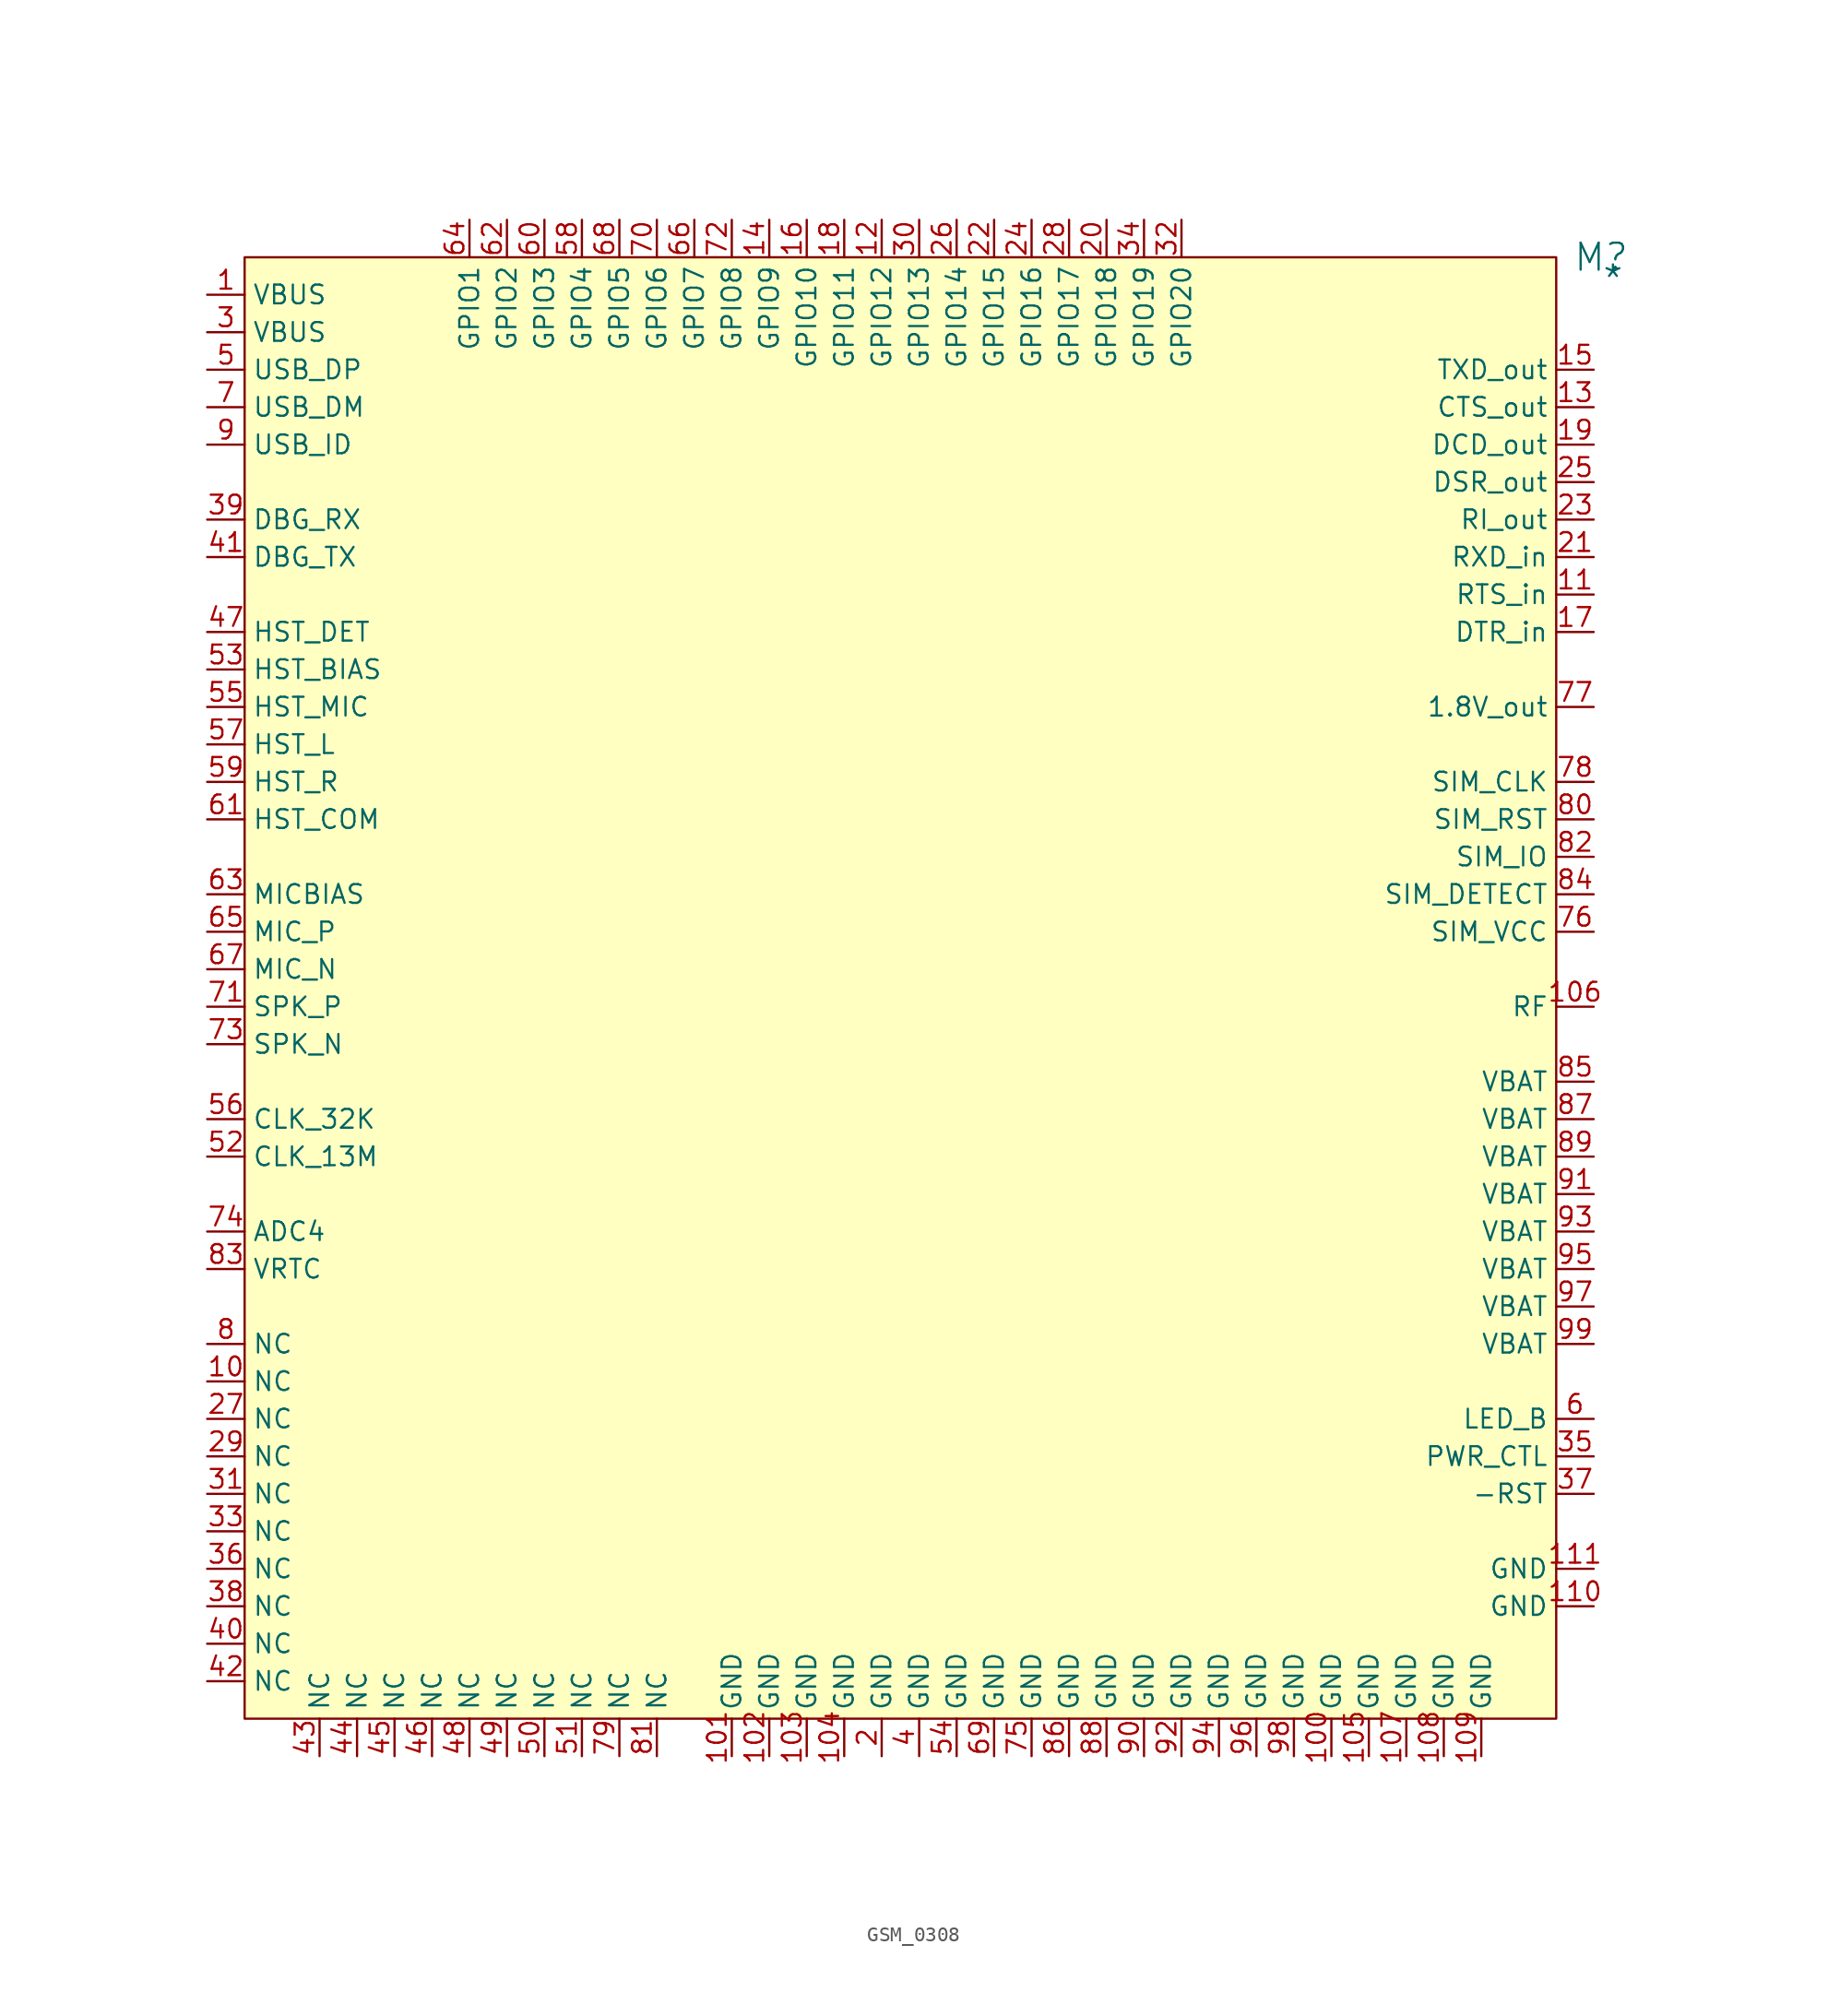
<source format=kicad_sym>
(kicad_symbol_lib
  (version 20241209)
  (generator "kicad_symbol_editor")
  (generator_version "9.0")
  (symbol "GSM_0308"
    (property "Reference" "M"
      (at 91.948 0 0)
      (effects (font (size 1.829 1.829))))
    (property "Value" "*"
      (at 91.948 -2.54 0)
      (effects (font (size 1.829 1.829)) (justify left bottom)))
    (symbol "GSM_0308_1_0"
      (rectangle (start 88.9 0) (end 0 -99.06) (stroke (width 0) (type solid) (color 128 0 0 1)) (fill (type background)))
      (pin passive line (at -2.54 -2.54 0) (length 2.54) (name "VBUS" (effects (font (size 1.27 1.27)))) (number "1" (effects (font (size 1.27 1.27)))))
      (pin passive line (at -2.54 -5.08 0) (length 2.54) (name "VBUS" (effects (font (size 1.27 1.27)))) (number "3" (effects (font (size 1.27 1.27)))))
      (pin passive line (at -2.54 -7.62 0) (length 2.54) (name "USB_DP" (effects (font (size 1.27 1.27)))) (number "5" (effects (font (size 1.27 1.27)))))
      (pin passive line (at -2.54 -10.16 0) (length 2.54) (name "USB_DM" (effects (font (size 1.27 1.27)))) (number "7" (effects (font (size 1.27 1.27)))))
      (pin passive line (at -2.54 -12.7 0) (length 2.54) (name "USB_ID" (effects (font (size 1.27 1.27)))) (number "9" (effects (font (size 1.27 1.27)))))
      (pin passive line (at -2.54 -17.78 0) (length 2.54) (name "DBG_RX" (effects (font (size 1.27 1.27)))) (number "39" (effects (font (size 1.27 1.27)))))
      (pin passive line (at -2.54 -20.32 0) (length 2.54) (name "DBG_TX" (effects (font (size 1.27 1.27)))) (number "41" (effects (font (size 1.27 1.27)))))
      (pin passive line (at -2.54 -25.4 0) (length 2.54) (name "HST_DET" (effects (font (size 1.27 1.27)))) (number "47" (effects (font (size 1.27 1.27)))))
      (pin passive line (at -2.54 -27.94 0) (length 2.54) (name "HST_BIAS" (effects (font (size 1.27 1.27)))) (number "53" (effects (font (size 1.27 1.27)))))
      (pin passive line (at -2.54 -30.48 0) (length 2.54) (name "HST_MIC" (effects (font (size 1.27 1.27)))) (number "55" (effects (font (size 1.27 1.27)))))
      (pin passive line (at -2.54 -33.02 0) (length 2.54) (name "HST_L" (effects (font (size 1.27 1.27)))) (number "57" (effects (font (size 1.27 1.27)))))
      (pin passive line (at -2.54 -35.56 0) (length 2.54) (name "HST_R" (effects (font (size 1.27 1.27)))) (number "59" (effects (font (size 1.27 1.27)))))
      (pin passive line (at -2.54 -38.1 0) (length 2.54) (name "HST_COM" (effects (font (size 1.27 1.27)))) (number "61" (effects (font (size 1.27 1.27)))))
      (pin passive line (at -2.54 -43.18 0) (length 2.54) (name "MICBIAS" (effects (font (size 1.27 1.27)))) (number "63" (effects (font (size 1.27 1.27)))))
      (pin passive line (at -2.54 -45.72 0) (length 2.54) (name "MIC_P" (effects (font (size 1.27 1.27)))) (number "65" (effects (font (size 1.27 1.27)))))
      (pin passive line (at -2.54 -48.26 0) (length 2.54) (name "MIC_N" (effects (font (size 1.27 1.27)))) (number "67" (effects (font (size 1.27 1.27)))))
      (pin passive line (at -2.54 -50.8 0) (length 2.54) (name "SPK_P" (effects (font (size 1.27 1.27)))) (number "71" (effects (font (size 1.27 1.27)))))
      (pin passive line (at -2.54 -53.34 0) (length 2.54) (name "SPK_N" (effects (font (size 1.27 1.27)))) (number "73" (effects (font (size 1.27 1.27)))))
      (pin passive line (at -2.54 -58.42 0) (length 2.54) (name "CLK_32K" (effects (font (size 1.27 1.27)))) (number "56" (effects (font (size 1.27 1.27)))))
      (pin passive line (at -2.54 -60.96 0) (length 2.54) (name "CLK_13M" (effects (font (size 1.27 1.27)))) (number "52" (effects (font (size 1.27 1.27)))))
      (pin passive line (at -2.54 -66.04 0) (length 2.54) (name "ADC4" (effects (font (size 1.27 1.27)))) (number "74" (effects (font (size 1.27 1.27)))))
      (pin passive line (at -2.54 -68.58 0) (length 2.54) (name "VRTC" (effects (font (size 1.27 1.27)))) (number "83" (effects (font (size 1.27 1.27)))))
      (pin passive line (at -2.54 -73.66 0) (length 2.54) (name "NC" (effects (font (size 1.27 1.27)))) (number "8" (effects (font (size 1.27 1.27)))))
      (pin passive line (at -2.54 -76.2 0) (length 2.54) (name "NC" (effects (font (size 1.27 1.27)))) (number "10" (effects (font (size 1.27 1.27)))))
      (pin passive line (at -2.54 -78.74 0) (length 2.54) (name "NC" (effects (font (size 1.27 1.27)))) (number "27" (effects (font (size 1.27 1.27)))))
      (pin passive line (at -2.54 -81.28 0) (length 2.54) (name "NC" (effects (font (size 1.27 1.27)))) (number "29" (effects (font (size 1.27 1.27)))))
      (pin passive line (at -2.54 -83.82 0) (length 2.54) (name "NC" (effects (font (size 1.27 1.27)))) (number "31" (effects (font (size 1.27 1.27)))))
      (pin passive line (at -2.54 -86.36 0) (length 2.54) (name "NC" (effects (font (size 1.27 1.27)))) (number "33" (effects (font (size 1.27 1.27)))))
      (pin passive line (at -2.54 -88.9 0) (length 2.54) (name "NC" (effects (font (size 1.27 1.27)))) (number "36" (effects (font (size 1.27 1.27)))))
      (pin passive line (at -2.54 -91.44 0) (length 2.54) (name "NC" (effects (font (size 1.27 1.27)))) (number "38" (effects (font (size 1.27 1.27)))))
      (pin passive line (at -2.54 -93.98 0) (length 2.54) (name "NC" (effects (font (size 1.27 1.27)))) (number "40" (effects (font (size 1.27 1.27)))))
      (pin passive line (at -2.54 -96.52 0) (length 2.54) (name "NC" (effects (font (size 1.27 1.27)))) (number "42" (effects (font (size 1.27 1.27)))))
      (pin passive line (at 5.08 -101.6 90) (length 2.54) (name "NC" (effects (font (size 1.27 1.27)))) (number "43" (effects (font (size 1.27 1.27)))))
      (pin passive line (at 7.62 -101.6 90) (length 2.54) (name "NC" (effects (font (size 1.27 1.27)))) (number "44" (effects (font (size 1.27 1.27)))))
      (pin passive line (at 10.16 -101.6 90) (length 2.54) (name "NC" (effects (font (size 1.27 1.27)))) (number "45" (effects (font (size 1.27 1.27)))))
      (pin passive line (at 12.7 -101.6 90) (length 2.54) (name "NC" (effects (font (size 1.27 1.27)))) (number "46" (effects (font (size 1.27 1.27)))))
      (pin passive line (at 15.24 2.54 270) (length 2.54) (name "GPIO1" (effects (font (size 1.27 1.27)))) (number "64" (effects (font (size 1.27 1.27)))))
      (pin passive line (at 15.24 -101.6 90) (length 2.54) (name "NC" (effects (font (size 1.27 1.27)))) (number "48" (effects (font (size 1.27 1.27)))))
      (pin passive line (at 17.78 2.54 270) (length 2.54) (name "GPIO2" (effects (font (size 1.27 1.27)))) (number "62" (effects (font (size 1.27 1.27)))))
      (pin passive line (at 17.78 -101.6 90) (length 2.54) (name "NC" (effects (font (size 1.27 1.27)))) (number "49" (effects (font (size 1.27 1.27)))))
      (pin passive line (at 20.32 2.54 270) (length 2.54) (name "GPIO3" (effects (font (size 1.27 1.27)))) (number "60" (effects (font (size 1.27 1.27)))))
      (pin passive line (at 20.32 -101.6 90) (length 2.54) (name "NC" (effects (font (size 1.27 1.27)))) (number "50" (effects (font (size 1.27 1.27)))))
      (pin passive line (at 22.86 2.54 270) (length 2.54) (name "GPIO4" (effects (font (size 1.27 1.27)))) (number "58" (effects (font (size 1.27 1.27)))))
      (pin passive line (at 22.86 -101.6 90) (length 2.54) (name "NC" (effects (font (size 1.27 1.27)))) (number "51" (effects (font (size 1.27 1.27)))))
      (pin passive line (at 25.4 2.54 270) (length 2.54) (name "GPIO5" (effects (font (size 1.27 1.27)))) (number "68" (effects (font (size 1.27 1.27)))))
      (pin passive line (at 25.4 -101.6 90) (length 2.54) (name "NC" (effects (font (size 1.27 1.27)))) (number "79" (effects (font (size 1.27 1.27)))))
      (pin passive line (at 27.94 2.54 270) (length 2.54) (name "GPIO6" (effects (font (size 1.27 1.27)))) (number "70" (effects (font (size 1.27 1.27)))))
      (pin passive line (at 27.94 -101.6 90) (length 2.54) (name "NC" (effects (font (size 1.27 1.27)))) (number "81" (effects (font (size 1.27 1.27)))))
      (pin passive line (at 30.48 2.54 270) (length 2.54) (name "GPIO7" (effects (font (size 1.27 1.27)))) (number "66" (effects (font (size 1.27 1.27)))))
      (pin passive line (at 33.02 2.54 270) (length 2.54) (name "GPIO8" (effects (font (size 1.27 1.27)))) (number "72" (effects (font (size 1.27 1.27)))))
      (pin passive line (at 33.02 -101.6 90) (length 2.54) (name "GND" (effects (font (size 1.27 1.27)))) (number "101" (effects (font (size 1.27 1.27)))))
      (pin passive line (at 35.56 2.54 270) (length 2.54) (name "GPIO9" (effects (font (size 1.27 1.27)))) (number "14" (effects (font (size 1.27 1.27)))))
      (pin passive line (at 35.56 -101.6 90) (length 2.54) (name "GND" (effects (font (size 1.27 1.27)))) (number "102" (effects (font (size 1.27 1.27)))))
      (pin passive line (at 38.1 2.54 270) (length 2.54) (name "GPIO10" (effects (font (size 1.27 1.27)))) (number "16" (effects (font (size 1.27 1.27)))))
      (pin passive line (at 38.1 -101.6 90) (length 2.54) (name "GND" (effects (font (size 1.27 1.27)))) (number "103" (effects (font (size 1.27 1.27)))))
      (pin passive line (at 40.64 2.54 270) (length 2.54) (name "GPIO11" (effects (font (size 1.27 1.27)))) (number "18" (effects (font (size 1.27 1.27)))))
      (pin passive line (at 40.64 -101.6 90) (length 2.54) (name "GND" (effects (font (size 1.27 1.27)))) (number "104" (effects (font (size 1.27 1.27)))))
      (pin passive line (at 43.18 2.54 270) (length 2.54) (name "GPIO12" (effects (font (size 1.27 1.27)))) (number "12" (effects (font (size 1.27 1.27)))))
      (pin passive line (at 43.18 -101.6 90) (length 2.54) (name "GND" (effects (font (size 1.27 1.27)))) (number "2" (effects (font (size 1.27 1.27)))))
      (pin passive line (at 45.72 2.54 270) (length 2.54) (name "GPIO13" (effects (font (size 1.27 1.27)))) (number "30" (effects (font (size 1.27 1.27)))))
      (pin passive line (at 45.72 -101.6 90) (length 2.54) (name "GND" (effects (font (size 1.27 1.27)))) (number "4" (effects (font (size 1.27 1.27)))))
      (pin passive line (at 48.26 2.54 270) (length 2.54) (name "GPIO14" (effects (font (size 1.27 1.27)))) (number "26" (effects (font (size 1.27 1.27)))))
      (pin passive line (at 48.26 -101.6 90) (length 2.54) (name "GND" (effects (font (size 1.27 1.27)))) (number "54" (effects (font (size 1.27 1.27)))))
      (pin passive line (at 50.8 2.54 270) (length 2.54) (name "GPIO15" (effects (font (size 1.27 1.27)))) (number "22" (effects (font (size 1.27 1.27)))))
      (pin passive line (at 50.8 -101.6 90) (length 2.54) (name "GND" (effects (font (size 1.27 1.27)))) (number "69" (effects (font (size 1.27 1.27)))))
      (pin passive line (at 53.34 2.54 270) (length 2.54) (name "GPIO16" (effects (font (size 1.27 1.27)))) (number "24" (effects (font (size 1.27 1.27)))))
      (pin passive line (at 53.34 -101.6 90) (length 2.54) (name "GND" (effects (font (size 1.27 1.27)))) (number "75" (effects (font (size 1.27 1.27)))))
      (pin passive line (at 55.88 2.54 270) (length 2.54) (name "GPIO17" (effects (font (size 1.27 1.27)))) (number "28" (effects (font (size 1.27 1.27)))))
      (pin passive line (at 55.88 -101.6 90) (length 2.54) (name "GND" (effects (font (size 1.27 1.27)))) (number "86" (effects (font (size 1.27 1.27)))))
      (pin passive line (at 58.42 2.54 270) (length 2.54) (name "GPIO18" (effects (font (size 1.27 1.27)))) (number "20" (effects (font (size 1.27 1.27)))))
      (pin passive line (at 58.42 -101.6 90) (length 2.54) (name "GND" (effects (font (size 1.27 1.27)))) (number "88" (effects (font (size 1.27 1.27)))))
      (pin passive line (at 60.96 2.54 270) (length 2.54) (name "GPIO19" (effects (font (size 1.27 1.27)))) (number "34" (effects (font (size 1.27 1.27)))))
      (pin passive line (at 60.96 -101.6 90) (length 2.54) (name "GND" (effects (font (size 1.27 1.27)))) (number "90" (effects (font (size 1.27 1.27)))))
      (pin passive line (at 63.5 2.54 270) (length 2.54) (name "GPIO20" (effects (font (size 1.27 1.27)))) (number "32" (effects (font (size 1.27 1.27)))))
      (pin passive line (at 63.5 -101.6 90) (length 2.54) (name "GND" (effects (font (size 1.27 1.27)))) (number "92" (effects (font (size 1.27 1.27)))))
      (pin passive line (at 66.04 -101.6 90) (length 2.54) (name "GND" (effects (font (size 1.27 1.27)))) (number "94" (effects (font (size 1.27 1.27)))))
      (pin passive line (at 68.58 -101.6 90) (length 2.54) (name "GND" (effects (font (size 1.27 1.27)))) (number "96" (effects (font (size 1.27 1.27)))))
      (pin passive line (at 71.12 -101.6 90) (length 2.54) (name "GND" (effects (font (size 1.27 1.27)))) (number "98" (effects (font (size 1.27 1.27)))))
      (pin passive line (at 73.66 -101.6 90) (length 2.54) (name "GND" (effects (font (size 1.27 1.27)))) (number "100" (effects (font (size 1.27 1.27)))))
      (pin passive line (at 76.2 -101.6 90) (length 2.54) (name "GND" (effects (font (size 1.27 1.27)))) (number "105" (effects (font (size 1.27 1.27)))))
      (pin passive line (at 78.74 -101.6 90) (length 2.54) (name "GND" (effects (font (size 1.27 1.27)))) (number "107" (effects (font (size 1.27 1.27)))))
      (pin passive line (at 81.28 -101.6 90) (length 2.54) (name "GND" (effects (font (size 1.27 1.27)))) (number "108" (effects (font (size 1.27 1.27)))))
      (pin passive line (at 83.82 -101.6 90) (length 2.54) (name "GND" (effects (font (size 1.27 1.27)))) (number "109" (effects (font (size 1.27 1.27)))))
      (pin passive line (at 91.44 -7.62 180) (length 2.54) (name "TXD_out" (effects (font (size 1.27 1.27)))) (number "15" (effects (font (size 1.27 1.27)))))
      (pin passive line (at 91.44 -10.16 180) (length 2.54) (name "CTS_out" (effects (font (size 1.27 1.27)))) (number "13" (effects (font (size 1.27 1.27)))))
      (pin passive line (at 91.44 -12.7 180) (length 2.54) (name "DCD_out" (effects (font (size 1.27 1.27)))) (number "19" (effects (font (size 1.27 1.27)))))
      (pin passive line (at 91.44 -15.24 180) (length 2.54) (name "DSR_out" (effects (font (size 1.27 1.27)))) (number "25" (effects (font (size 1.27 1.27)))))
      (pin passive line (at 91.44 -17.78 180) (length 2.54) (name "RI_out" (effects (font (size 1.27 1.27)))) (number "23" (effects (font (size 1.27 1.27)))))
      (pin passive line (at 91.44 -20.32 180) (length 2.54) (name "RXD_in" (effects (font (size 1.27 1.27)))) (number "21" (effects (font (size 1.27 1.27)))))
      (pin passive line (at 91.44 -22.86 180) (length 2.54) (name "RTS_in" (effects (font (size 1.27 1.27)))) (number "11" (effects (font (size 1.27 1.27)))))
      (pin passive line (at 91.44 -25.4 180) (length 2.54) (name "DTR_in" (effects (font (size 1.27 1.27)))) (number "17" (effects (font (size 1.27 1.27)))))
      (pin passive line (at 91.44 -30.48 180) (length 2.54) (name "1.8V_out" (effects (font (size 1.27 1.27)))) (number "77" (effects (font (size 1.27 1.27)))))
      (pin passive line (at 91.44 -35.56 180) (length 2.54) (name "SIM_CLK" (effects (font (size 1.27 1.27)))) (number "78" (effects (font (size 1.27 1.27)))))
      (pin passive line (at 91.44 -38.1 180) (length 2.54) (name "SIM_RST" (effects (font (size 1.27 1.27)))) (number "80" (effects (font (size 1.27 1.27)))))
      (pin passive line (at 91.44 -40.64 180) (length 2.54) (name "SIM_IO" (effects (font (size 1.27 1.27)))) (number "82" (effects (font (size 1.27 1.27)))))
      (pin passive line (at 91.44 -43.18 180) (length 2.54) (name "SIM_DETECT" (effects (font (size 1.27 1.27)))) (number "84" (effects (font (size 1.27 1.27)))))
      (pin passive line (at 91.44 -45.72 180) (length 2.54) (name "SIM_VCC" (effects (font (size 1.27 1.27)))) (number "76" (effects (font (size 1.27 1.27)))))
      (pin passive line (at 91.44 -50.8 180) (length 2.54) (name "RF" (effects (font (size 1.27 1.27)))) (number "106" (effects (font (size 1.27 1.27)))))
      (pin passive line (at 91.44 -55.88 180) (length 2.54) (name "VBAT" (effects (font (size 1.27 1.27)))) (number "85" (effects (font (size 1.27 1.27)))))
      (pin passive line (at 91.44 -58.42 180) (length 2.54) (name "VBAT" (effects (font (size 1.27 1.27)))) (number "87" (effects (font (size 1.27 1.27)))))
      (pin passive line (at 91.44 -60.96 180) (length 2.54) (name "VBAT" (effects (font (size 1.27 1.27)))) (number "89" (effects (font (size 1.27 1.27)))))
      (pin passive line (at 91.44 -63.5 180) (length 2.54) (name "VBAT" (effects (font (size 1.27 1.27)))) (number "91" (effects (font (size 1.27 1.27)))))
      (pin passive line (at 91.44 -66.04 180) (length 2.54) (name "VBAT" (effects (font (size 1.27 1.27)))) (number "93" (effects (font (size 1.27 1.27)))))
      (pin passive line (at 91.44 -68.58 180) (length 2.54) (name "VBAT" (effects (font (size 1.27 1.27)))) (number "95" (effects (font (size 1.27 1.27)))))
      (pin passive line (at 91.44 -71.12 180) (length 2.54) (name "VBAT" (effects (font (size 1.27 1.27)))) (number "97" (effects (font (size 1.27 1.27)))))
      (pin passive line (at 91.44 -73.66 180) (length 2.54) (name "VBAT" (effects (font (size 1.27 1.27)))) (number "99" (effects (font (size 1.27 1.27)))))
      (pin passive line (at 91.44 -78.74 180) (length 2.54) (name "LED_B" (effects (font (size 1.27 1.27)))) (number "6" (effects (font (size 1.27 1.27)))))
      (pin passive line (at 91.44 -81.28 180) (length 2.54) (name "PWR_CTL" (effects (font (size 1.27 1.27)))) (number "35" (effects (font (size 1.27 1.27)))))
      (pin passive line (at 91.44 -83.82 180) (length 2.54) (name "-RST" (effects (font (size 1.27 1.27)))) (number "37" (effects (font (size 1.27 1.27)))))
      (pin passive line (at 91.44 -88.9 180) (length 2.54) (name "GND" (effects (font (size 1.27 1.27)))) (number "111" (effects (font (size 1.27 1.27)))))
      (pin passive line (at 91.44 -91.44 180) (length 2.54) (name "GND" (effects (font (size 1.27 1.27)))) (number "110" (effects (font (size 1.27 1.27))))))))
</source>
